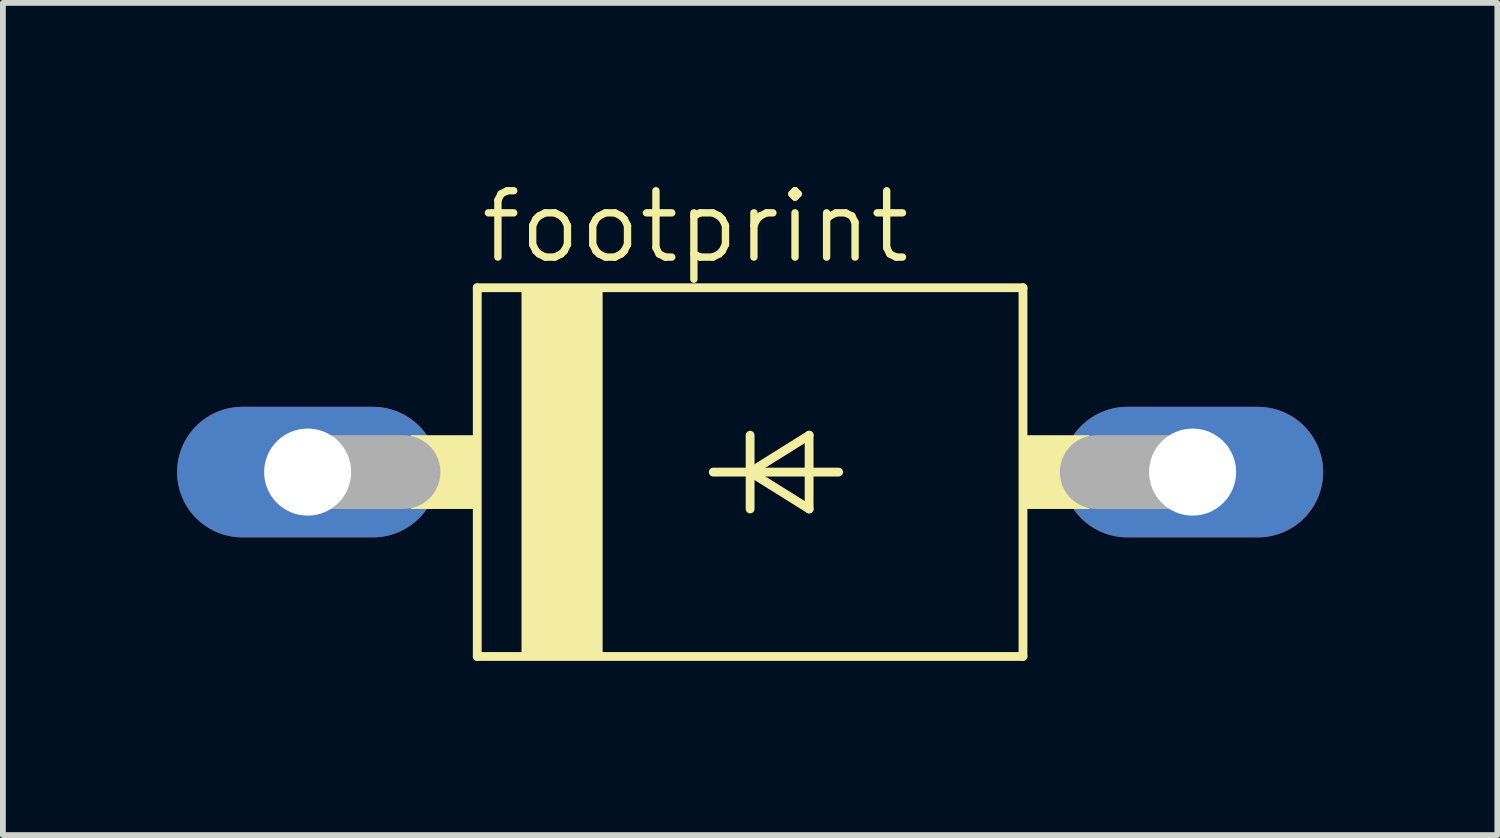
<source format=kicad_pcb>
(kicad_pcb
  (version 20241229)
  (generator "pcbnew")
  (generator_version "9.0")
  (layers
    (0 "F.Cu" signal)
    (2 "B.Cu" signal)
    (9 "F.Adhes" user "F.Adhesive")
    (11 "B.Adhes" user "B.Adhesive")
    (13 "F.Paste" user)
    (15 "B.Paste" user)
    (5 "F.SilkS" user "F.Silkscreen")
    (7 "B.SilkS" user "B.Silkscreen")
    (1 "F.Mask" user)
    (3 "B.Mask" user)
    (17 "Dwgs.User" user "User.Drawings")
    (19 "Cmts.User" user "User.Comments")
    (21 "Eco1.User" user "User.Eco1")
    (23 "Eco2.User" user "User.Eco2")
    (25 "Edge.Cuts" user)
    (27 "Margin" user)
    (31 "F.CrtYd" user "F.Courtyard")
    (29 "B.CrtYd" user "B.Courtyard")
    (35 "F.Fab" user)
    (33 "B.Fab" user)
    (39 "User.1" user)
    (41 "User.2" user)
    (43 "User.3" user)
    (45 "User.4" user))
  (footprint "footprint"
    (layer "F.Cu")
    (at 9.868 5.08)
    (property "Reference" "footprint" (at -4.699 -3.556 0) (layer "F.SilkS") (effects (font (size 1.143 1.143) (thickness 0.127)) (justify left bottom)))
    (fp_line (start -4.699 -3.175) (end -4.699 3.175) (stroke (width 0.152) (type solid)) (layer "F.SilkS"))
    (fp_line (start -4.699 -3.175) (end 4.699 -3.175) (stroke (width 0.152) (type solid)) (layer "F.SilkS"))
    (fp_line (start -0.635 0) (end 0 0) (stroke (width 0.152) (type solid)) (layer "F.SilkS"))
    (fp_line (start 0 -0.635) (end 0 0) (stroke (width 0.152) (type solid)) (layer "F.SilkS"))
    (fp_line (start 0 0) (end 0 0.635) (stroke (width 0.152) (type solid)) (layer "F.SilkS"))
    (fp_line (start 0 0) (end 1.016 -0.635) (stroke (width 0.152) (type solid)) (layer "F.SilkS"))
    (fp_line (start 0 0) (end 1.524 0) (stroke (width 0.152) (type solid)) (layer "F.SilkS"))
    (fp_line (start 1.016 -0.635) (end 1.016 0.635) (stroke (width 0.152) (type solid)) (layer "F.SilkS"))
    (fp_line (start 1.016 0.635) (end 0 0) (stroke (width 0.152) (type solid)) (layer "F.SilkS"))
    (fp_line (start 4.699 3.175) (end -4.699 3.175) (stroke (width 0.152) (type solid)) (layer "F.SilkS"))
    (fp_line (start 4.699 3.175) (end 4.699 -3.175) (stroke (width 0.152) (type solid)) (layer "F.SilkS"))
    (fp_poly (pts (xy -5.842 0.635) (xy -4.699 0.635) (xy -4.699 -0.635) (xy -5.842 -0.635)) (stroke (width 0) (type solid)) (fill yes) (layer "F.SilkS"))
    (fp_poly (pts (xy -3.937 3.175) (xy -2.54 3.175) (xy -2.54 -3.175) (xy -3.937 -3.175)) (stroke (width 0) (type solid)) (fill yes) (layer "F.SilkS"))
    (fp_poly (pts (xy 4.699 0.635) (xy 5.842 0.635) (xy 5.842 -0.635) (xy 4.699 -0.635)) (stroke (width 0) (type solid)) (fill yes) (layer "F.SilkS"))
    (fp_line (start -7.62 0) (end -5.969 0) (stroke (width 1.27) (type solid)) (layer "F.Fab"))
    (fp_line (start 7.62 0) (end 5.969 0) (stroke (width 1.27) (type solid)) (layer "F.Fab"))
    (pad "A" thru_hole oval (at 7.62 0) (size 4.496 2.248) (drill 1.499) (layers "*.Cu" "*.Mask"))
    (pad "C" thru_hole oval (at -7.62 0) (size 4.496 2.248) (drill 1.499) (layers "*.Cu" "*.Mask")))
  (gr_rect
    (start -3 -3)
    (end 22.736 11.331)
    (stroke (width 0.1) (type default))
    (fill no)
    (layer "Edge.Cuts")))
</source>
